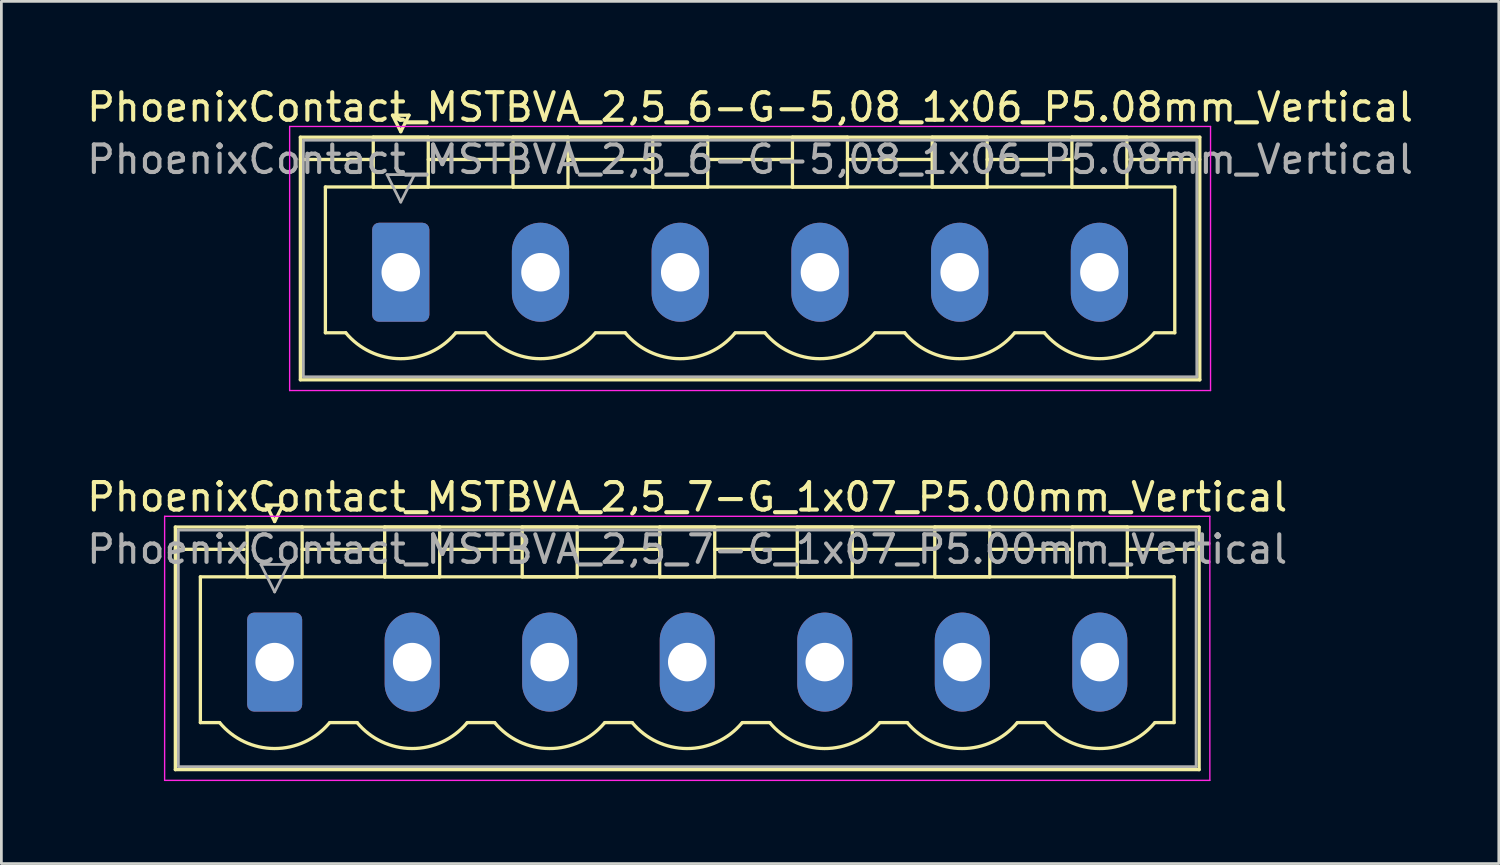
<source format=kicad_pcb>
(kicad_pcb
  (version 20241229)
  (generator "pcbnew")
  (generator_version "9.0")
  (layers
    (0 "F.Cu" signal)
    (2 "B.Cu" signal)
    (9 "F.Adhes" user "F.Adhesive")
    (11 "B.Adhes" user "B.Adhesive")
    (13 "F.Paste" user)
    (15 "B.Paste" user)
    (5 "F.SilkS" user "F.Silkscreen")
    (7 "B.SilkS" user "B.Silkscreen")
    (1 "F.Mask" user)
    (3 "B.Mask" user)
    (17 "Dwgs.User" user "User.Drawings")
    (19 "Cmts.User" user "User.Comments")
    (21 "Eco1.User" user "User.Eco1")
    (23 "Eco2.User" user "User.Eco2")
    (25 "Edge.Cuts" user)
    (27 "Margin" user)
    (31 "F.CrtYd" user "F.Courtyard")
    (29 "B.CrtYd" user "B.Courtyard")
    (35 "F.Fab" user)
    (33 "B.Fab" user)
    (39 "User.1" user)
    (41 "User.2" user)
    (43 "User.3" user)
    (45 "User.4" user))
  (footprint "PhoenixContact_MSTBVA_2,5_7-G_1x07_P5.00mm_Vertical"
    (layer "F.Cu")
    (at 6.935 21.021)
    (property "Reference" "PhoenixContact_MSTBVA_2,5_7-G_1x07_P5.00mm_Vertical" (at 15 -6 0) (layer "F.SilkS") (effects (font (size 1 1) (thickness 0.15))))
    (attr through_hole)
    (fp_line (start -3.61 -4.91) (end -3.61 3.91) (stroke (width 0.12) (type solid)) (layer "F.SilkS"))
    (fp_line (start -3.61 -4.1) (end -1.11 -4.1) (stroke (width 0.12) (type solid)) (layer "F.SilkS"))
    (fp_line (start -3.61 3.91) (end 33.61 3.91) (stroke (width 0.12) (type solid)) (layer "F.SilkS"))
    (fp_line (start -2.7 -3.1) (end 32.7 -3.1) (stroke (width 0.12) (type solid)) (layer "F.SilkS"))
    (fp_line (start -2.7 2.2) (end -2.7 -3.1) (stroke (width 0.12) (type solid)) (layer "F.SilkS"))
    (fp_line (start -2 2.2) (end -2.7 2.2) (stroke (width 0.12) (type solid)) (layer "F.SilkS"))
    (fp_line (start -1 -4.91) (end 1 -4.91) (stroke (width 0.12) (type solid)) (layer "F.SilkS"))
    (fp_line (start -1 -3.1) (end -1 -4.91) (stroke (width 0.12) (type solid)) (layer "F.SilkS"))
    (fp_line (start -0.3 -5.71) (end 0.3 -5.71) (stroke (width 0.12) (type solid)) (layer "F.SilkS"))
    (fp_line (start 0 -5.11) (end -0.3 -5.71) (stroke (width 0.12) (type solid)) (layer "F.SilkS"))
    (fp_line (start 0.3 -5.71) (end 0 -5.11) (stroke (width 0.12) (type solid)) (layer "F.SilkS"))
    (fp_line (start 1 -4.91) (end 1 -3.1) (stroke (width 0.12) (type solid)) (layer "F.SilkS"))
    (fp_line (start 1 -4.1) (end 4 -4.1) (stroke (width 0.12) (type solid)) (layer "F.SilkS"))
    (fp_line (start 1 -3.1) (end -1 -3.1) (stroke (width 0.12) (type solid)) (layer "F.SilkS"))
    (fp_line (start 2 2.2) (end 3 2.2) (stroke (width 0.12) (type solid)) (layer "F.SilkS"))
    (fp_line (start 4 -4.91) (end 6 -4.91) (stroke (width 0.12) (type solid)) (layer "F.SilkS"))
    (fp_line (start 4 -3.1) (end 4 -4.91) (stroke (width 0.12) (type solid)) (layer "F.SilkS"))
    (fp_line (start 6 -4.91) (end 6 -3.1) (stroke (width 0.12) (type solid)) (layer "F.SilkS"))
    (fp_line (start 6 -4.1) (end 9 -4.1) (stroke (width 0.12) (type solid)) (layer "F.SilkS"))
    (fp_line (start 6 -3.1) (end 4 -3.1) (stroke (width 0.12) (type solid)) (layer "F.SilkS"))
    (fp_line (start 7 2.2) (end 8 2.2) (stroke (width 0.12) (type solid)) (layer "F.SilkS"))
    (fp_line (start 9 -4.91) (end 11 -4.91) (stroke (width 0.12) (type solid)) (layer "F.SilkS"))
    (fp_line (start 9 -3.1) (end 9 -4.91) (stroke (width 0.12) (type solid)) (layer "F.SilkS"))
    (fp_line (start 11 -4.91) (end 11 -3.1) (stroke (width 0.12) (type solid)) (layer "F.SilkS"))
    (fp_line (start 11 -4.1) (end 14 -4.1) (stroke (width 0.12) (type solid)) (layer "F.SilkS"))
    (fp_line (start 11 -3.1) (end 9 -3.1) (stroke (width 0.12) (type solid)) (layer "F.SilkS"))
    (fp_line (start 12 2.2) (end 13 2.2) (stroke (width 0.12) (type solid)) (layer "F.SilkS"))
    (fp_line (start 14 -4.91) (end 16 -4.91) (stroke (width 0.12) (type solid)) (layer "F.SilkS"))
    (fp_line (start 14 -3.1) (end 14 -4.91) (stroke (width 0.12) (type solid)) (layer "F.SilkS"))
    (fp_line (start 16 -4.91) (end 16 -3.1) (stroke (width 0.12) (type solid)) (layer "F.SilkS"))
    (fp_line (start 16 -4.1) (end 19 -4.1) (stroke (width 0.12) (type solid)) (layer "F.SilkS"))
    (fp_line (start 16 -3.1) (end 14 -3.1) (stroke (width 0.12) (type solid)) (layer "F.SilkS"))
    (fp_line (start 17 2.2) (end 18 2.2) (stroke (width 0.12) (type solid)) (layer "F.SilkS"))
    (fp_line (start 19 -4.91) (end 21 -4.91) (stroke (width 0.12) (type solid)) (layer "F.SilkS"))
    (fp_line (start 19 -3.1) (end 19 -4.91) (stroke (width 0.12) (type solid)) (layer "F.SilkS"))
    (fp_line (start 21 -4.91) (end 21 -3.1) (stroke (width 0.12) (type solid)) (layer "F.SilkS"))
    (fp_line (start 21 -4.1) (end 24 -4.1) (stroke (width 0.12) (type solid)) (layer "F.SilkS"))
    (fp_line (start 21 -3.1) (end 19 -3.1) (stroke (width 0.12) (type solid)) (layer "F.SilkS"))
    (fp_line (start 22 2.2) (end 23 2.2) (stroke (width 0.12) (type solid)) (layer "F.SilkS"))
    (fp_line (start 24 -4.91) (end 26 -4.91) (stroke (width 0.12) (type solid)) (layer "F.SilkS"))
    (fp_line (start 24 -3.1) (end 24 -4.91) (stroke (width 0.12) (type solid)) (layer "F.SilkS"))
    (fp_line (start 26 -4.91) (end 26 -3.1) (stroke (width 0.12) (type solid)) (layer "F.SilkS"))
    (fp_line (start 26 -4.1) (end 29 -4.1) (stroke (width 0.12) (type solid)) (layer "F.SilkS"))
    (fp_line (start 26 -3.1) (end 24 -3.1) (stroke (width 0.12) (type solid)) (layer "F.SilkS"))
    (fp_line (start 27 2.2) (end 28 2.2) (stroke (width 0.12) (type solid)) (layer "F.SilkS"))
    (fp_line (start 29 -4.91) (end 31 -4.91) (stroke (width 0.12) (type solid)) (layer "F.SilkS"))
    (fp_line (start 29 -3.1) (end 29 -4.91) (stroke (width 0.12) (type solid)) (layer "F.SilkS"))
    (fp_line (start 31 -4.91) (end 31 -3.1) (stroke (width 0.12) (type solid)) (layer "F.SilkS"))
    (fp_line (start 31 -3.1) (end 29 -3.1) (stroke (width 0.12) (type solid)) (layer "F.SilkS"))
    (fp_line (start 32.7 -3.1) (end 32.7 2.2) (stroke (width 0.12) (type solid)) (layer "F.SilkS"))
    (fp_line (start 32.7 2.2) (end 32 2.2) (stroke (width 0.12) (type solid)) (layer "F.SilkS"))
    (fp_line (start 33.61 -4.91) (end -3.61 -4.91) (stroke (width 0.12) (type solid)) (layer "F.SilkS"))
    (fp_line (start 33.61 -4.1) (end 31.11 -4.1) (stroke (width 0.12) (type solid)) (layer "F.SilkS"))
    (fp_line (start 33.61 3.91) (end 33.61 -4.91) (stroke (width 0.12) (type solid)) (layer "F.SilkS"))
    (fp_arc (start 1.986842 2.215821) (mid -0.010289 3.142758) (end -2 2.2) (stroke (width 0.12) (type solid)) (layer "F.SilkS"))
    (fp_arc (start 6.986842 2.215821) (mid 4.989711 3.142758) (end 3 2.2) (stroke (width 0.12) (type solid)) (layer "F.SilkS"))
    (fp_arc (start 11.986842 2.215821) (mid 9.989711 3.142758) (end 8 2.2) (stroke (width 0.12) (type solid)) (layer "F.SilkS"))
    (fp_arc (start 16.986842 2.215821) (mid 14.989711 3.142758) (end 13 2.2) (stroke (width 0.12) (type solid)) (layer "F.SilkS"))
    (fp_arc (start 21.986842 2.215821) (mid 19.989711 3.142758) (end 18 2.2) (stroke (width 0.12) (type solid)) (layer "F.SilkS"))
    (fp_arc (start 26.986842 2.215821) (mid 24.989711 3.142758) (end 23 2.2) (stroke (width 0.12) (type solid)) (layer "F.SilkS"))
    (fp_arc (start 31.986842 2.215821) (mid 29.989711 3.142758) (end 28 2.2) (stroke (width 0.12) (type solid)) (layer "F.SilkS"))
    (fp_line (start -4 -5.3) (end -4 4.3) (stroke (width 0.05) (type solid)) (layer "F.CrtYd"))
    (fp_line (start -4 4.3) (end 34 4.3) (stroke (width 0.05) (type solid)) (layer "F.CrtYd"))
    (fp_line (start 34 -5.3) (end -4 -5.3) (stroke (width 0.05) (type solid)) (layer "F.CrtYd"))
    (fp_line (start 34 4.3) (end 34 -5.3) (stroke (width 0.05) (type solid)) (layer "F.CrtYd"))
    (fp_line (start -3.5 -4.8) (end -3.5 3.8) (stroke (width 0.1) (type solid)) (layer "F.Fab"))
    (fp_line (start -3.5 3.8) (end 33.5 3.8) (stroke (width 0.1) (type solid)) (layer "F.Fab"))
    (fp_line (start -0.5 -3.55) (end 0.5 -3.55) (stroke (width 0.1) (type solid)) (layer "F.Fab"))
    (fp_line (start 0 -2.55) (end -0.5 -3.55) (stroke (width 0.1) (type solid)) (layer "F.Fab"))
    (fp_line (start 0.5 -3.55) (end 0 -2.55) (stroke (width 0.1) (type solid)) (layer "F.Fab"))
    (fp_line (start 33.5 -4.8) (end -3.5 -4.8) (stroke (width 0.1) (type solid)) (layer "F.Fab"))
    (fp_line (start 33.5 3.8) (end 33.5 -4.8) (stroke (width 0.1) (type solid)) (layer "F.Fab"))
    (fp_text user "${REFERENCE}" (at 15 -4.1 0) (layer "F.Fab") (effects (font (size 1 1) (thickness 0.15))))
    (pad "1" thru_hole roundrect (at 0 0) (size 2 3.6) (drill 1.4) (layers "*.Cu" "*.Mask") (roundrect_rratio 0.125))
    (pad "2" thru_hole oval (at 5 0) (size 2 3.6) (drill 1.4) (layers "*.Cu" "*.Mask"))
    (pad "3" thru_hole oval (at 10 0) (size 2 3.6) (drill 1.4) (layers "*.Cu" "*.Mask"))
    (pad "4" thru_hole oval (at 15 0) (size 2 3.6) (drill 1.4) (layers "*.Cu" "*.Mask"))
    (pad "5" thru_hole oval (at 20 0) (size 2 3.6) (drill 1.4) (layers "*.Cu" "*.Mask"))
    (pad "6" thru_hole oval (at 25 0) (size 2 3.6) (drill 1.4) (layers "*.Cu" "*.Mask"))
    (pad "7" thru_hole oval (at 30 0) (size 2 3.6) (drill 1.4) (layers "*.Cu" "*.Mask")))
  (footprint "PhoenixContact_MSTBVA_2,5_6-G-5,08_1x06_P5.08mm_Vertical"
    (layer "F.Cu")
    (at 11.52 6.848)
    (property "Reference" "PhoenixContact_MSTBVA_2,5_6-G-5,08_1x06_P5.08mm_Vertical" (at 12.7 -6 0) (layer "F.SilkS") (effects (font (size 1 1) (thickness 0.15))))
    (attr through_hole)
    (fp_line (start -3.65 -4.91) (end -3.65 3.91) (stroke (width 0.12) (type solid)) (layer "F.SilkS"))
    (fp_line (start -3.65 -4.1) (end -1.11 -4.1) (stroke (width 0.12) (type solid)) (layer "F.SilkS"))
    (fp_line (start -3.65 3.91) (end 29.05 3.91) (stroke (width 0.12) (type solid)) (layer "F.SilkS"))
    (fp_line (start -2.74 -3.1) (end 28.14 -3.1) (stroke (width 0.12) (type solid)) (layer "F.SilkS"))
    (fp_line (start -2.74 2.2) (end -2.74 -3.1) (stroke (width 0.12) (type solid)) (layer "F.SilkS"))
    (fp_line (start -2 2.2) (end -2.74 2.2) (stroke (width 0.12) (type solid)) (layer "F.SilkS"))
    (fp_line (start -1 -4.91) (end 1 -4.91) (stroke (width 0.12) (type solid)) (layer "F.SilkS"))
    (fp_line (start -1 -3.1) (end -1 -4.91) (stroke (width 0.12) (type solid)) (layer "F.SilkS"))
    (fp_line (start -0.3 -5.71) (end 0.3 -5.71) (stroke (width 0.12) (type solid)) (layer "F.SilkS"))
    (fp_line (start 0 -5.11) (end -0.3 -5.71) (stroke (width 0.12) (type solid)) (layer "F.SilkS"))
    (fp_line (start 0.3 -5.71) (end 0 -5.11) (stroke (width 0.12) (type solid)) (layer "F.SilkS"))
    (fp_line (start 1 -4.91) (end 1 -3.1) (stroke (width 0.12) (type solid)) (layer "F.SilkS"))
    (fp_line (start 1 -4.1) (end 4.08 -4.1) (stroke (width 0.12) (type solid)) (layer "F.SilkS"))
    (fp_line (start 1 -3.1) (end -1 -3.1) (stroke (width 0.12) (type solid)) (layer "F.SilkS"))
    (fp_line (start 2 2.2) (end 3.08 2.2) (stroke (width 0.12) (type solid)) (layer "F.SilkS"))
    (fp_line (start 4.08 -4.91) (end 6.08 -4.91) (stroke (width 0.12) (type solid)) (layer "F.SilkS"))
    (fp_line (start 4.08 -3.1) (end 4.08 -4.91) (stroke (width 0.12) (type solid)) (layer "F.SilkS"))
    (fp_line (start 6.08 -4.91) (end 6.08 -3.1) (stroke (width 0.12) (type solid)) (layer "F.SilkS"))
    (fp_line (start 6.08 -4.1) (end 9.16 -4.1) (stroke (width 0.12) (type solid)) (layer "F.SilkS"))
    (fp_line (start 6.08 -3.1) (end 4.08 -3.1) (stroke (width 0.12) (type solid)) (layer "F.SilkS"))
    (fp_line (start 7.08 2.2) (end 8.16 2.2) (stroke (width 0.12) (type solid)) (layer "F.SilkS"))
    (fp_line (start 9.16 -4.91) (end 11.16 -4.91) (stroke (width 0.12) (type solid)) (layer "F.SilkS"))
    (fp_line (start 9.16 -3.1) (end 9.16 -4.91) (stroke (width 0.12) (type solid)) (layer "F.SilkS"))
    (fp_line (start 11.16 -4.91) (end 11.16 -3.1) (stroke (width 0.12) (type solid)) (layer "F.SilkS"))
    (fp_line (start 11.16 -4.1) (end 14.24 -4.1) (stroke (width 0.12) (type solid)) (layer "F.SilkS"))
    (fp_line (start 11.16 -3.1) (end 9.16 -3.1) (stroke (width 0.12) (type solid)) (layer "F.SilkS"))
    (fp_line (start 12.16 2.2) (end 13.24 2.2) (stroke (width 0.12) (type solid)) (layer "F.SilkS"))
    (fp_line (start 14.24 -4.91) (end 16.24 -4.91) (stroke (width 0.12) (type solid)) (layer "F.SilkS"))
    (fp_line (start 14.24 -3.1) (end 14.24 -4.91) (stroke (width 0.12) (type solid)) (layer "F.SilkS"))
    (fp_line (start 16.24 -4.91) (end 16.24 -3.1) (stroke (width 0.12) (type solid)) (layer "F.SilkS"))
    (fp_line (start 16.24 -4.1) (end 19.32 -4.1) (stroke (width 0.12) (type solid)) (layer "F.SilkS"))
    (fp_line (start 16.24 -3.1) (end 14.24 -3.1) (stroke (width 0.12) (type solid)) (layer "F.SilkS"))
    (fp_line (start 17.24 2.2) (end 18.32 2.2) (stroke (width 0.12) (type solid)) (layer "F.SilkS"))
    (fp_line (start 19.32 -4.91) (end 21.32 -4.91) (stroke (width 0.12) (type solid)) (layer "F.SilkS"))
    (fp_line (start 19.32 -3.1) (end 19.32 -4.91) (stroke (width 0.12) (type solid)) (layer "F.SilkS"))
    (fp_line (start 21.32 -4.91) (end 21.32 -3.1) (stroke (width 0.12) (type solid)) (layer "F.SilkS"))
    (fp_line (start 21.32 -4.1) (end 24.4 -4.1) (stroke (width 0.12) (type solid)) (layer "F.SilkS"))
    (fp_line (start 21.32 -3.1) (end 19.32 -3.1) (stroke (width 0.12) (type solid)) (layer "F.SilkS"))
    (fp_line (start 22.32 2.2) (end 23.4 2.2) (stroke (width 0.12) (type solid)) (layer "F.SilkS"))
    (fp_line (start 24.4 -4.91) (end 26.4 -4.91) (stroke (width 0.12) (type solid)) (layer "F.SilkS"))
    (fp_line (start 24.4 -3.1) (end 24.4 -4.91) (stroke (width 0.12) (type solid)) (layer "F.SilkS"))
    (fp_line (start 26.4 -4.91) (end 26.4 -3.1) (stroke (width 0.12) (type solid)) (layer "F.SilkS"))
    (fp_line (start 26.4 -3.1) (end 24.4 -3.1) (stroke (width 0.12) (type solid)) (layer "F.SilkS"))
    (fp_line (start 28.14 -3.1) (end 28.14 2.2) (stroke (width 0.12) (type solid)) (layer "F.SilkS"))
    (fp_line (start 28.14 2.2) (end 27.4 2.2) (stroke (width 0.12) (type solid)) (layer "F.SilkS"))
    (fp_line (start 29.05 -4.91) (end -3.65 -4.91) (stroke (width 0.12) (type solid)) (layer "F.SilkS"))
    (fp_line (start 29.05 -4.1) (end 26.51 -4.1) (stroke (width 0.12) (type solid)) (layer "F.SilkS"))
    (fp_line (start 29.05 3.91) (end 29.05 -4.91) (stroke (width 0.12) (type solid)) (layer "F.SilkS"))
    (fp_arc (start 1.986842 2.215821) (mid -0.010289 3.142758) (end -2 2.2) (stroke (width 0.12) (type solid)) (layer "F.SilkS"))
    (fp_arc (start 7.066842 2.215821) (mid 5.069711 3.142758) (end 3.08 2.2) (stroke (width 0.12) (type solid)) (layer "F.SilkS"))
    (fp_arc (start 12.146842 2.215821) (mid 10.149711 3.142758) (end 8.16 2.2) (stroke (width 0.12) (type solid)) (layer "F.SilkS"))
    (fp_arc (start 17.226842 2.215821) (mid 15.229711 3.142758) (end 13.24 2.2) (stroke (width 0.12) (type solid)) (layer "F.SilkS"))
    (fp_arc (start 22.306842 2.215821) (mid 20.309711 3.142758) (end 18.32 2.2) (stroke (width 0.12) (type solid)) (layer "F.SilkS"))
    (fp_arc (start 27.386842 2.215821) (mid 25.389711 3.142758) (end 23.4 2.2) (stroke (width 0.12) (type solid)) (layer "F.SilkS"))
    (fp_line (start -4.04 -5.3) (end -4.04 4.3) (stroke (width 0.05) (type solid)) (layer "F.CrtYd"))
    (fp_line (start -4.04 4.3) (end 29.44 4.3) (stroke (width 0.05) (type solid)) (layer "F.CrtYd"))
    (fp_line (start 29.44 -5.3) (end -4.04 -5.3) (stroke (width 0.05) (type solid)) (layer "F.CrtYd"))
    (fp_line (start 29.44 4.3) (end 29.44 -5.3) (stroke (width 0.05) (type solid)) (layer "F.CrtYd"))
    (fp_line (start -3.54 -4.8) (end -3.54 3.8) (stroke (width 0.1) (type solid)) (layer "F.Fab"))
    (fp_line (start -3.54 3.8) (end 28.94 3.8) (stroke (width 0.1) (type solid)) (layer "F.Fab"))
    (fp_line (start -0.5 -3.55) (end 0.5 -3.55) (stroke (width 0.1) (type solid)) (layer "F.Fab"))
    (fp_line (start 0 -2.55) (end -0.5 -3.55) (stroke (width 0.1) (type solid)) (layer "F.Fab"))
    (fp_line (start 0.5 -3.55) (end 0 -2.55) (stroke (width 0.1) (type solid)) (layer "F.Fab"))
    (fp_line (start 28.94 -4.8) (end -3.54 -4.8) (stroke (width 0.1) (type solid)) (layer "F.Fab"))
    (fp_line (start 28.94 3.8) (end 28.94 -4.8) (stroke (width 0.1) (type solid)) (layer "F.Fab"))
    (fp_text user "${REFERENCE}" (at 12.7 -4.1 0) (layer "F.Fab") (effects (font (size 1 1) (thickness 0.15))))
    (pad "1" thru_hole roundrect (at 0 0) (size 2.08 3.6) (drill 1.4) (layers "*.Cu" "*.Mask") (roundrect_rratio 0.12))
    (pad "2" thru_hole oval (at 5.08 0) (size 2.08 3.6) (drill 1.4) (layers "*.Cu" "*.Mask"))
    (pad "3" thru_hole oval (at 10.16 0) (size 2.08 3.6) (drill 1.4) (layers "*.Cu" "*.Mask"))
    (pad "4" thru_hole oval (at 15.24 0) (size 2.08 3.6) (drill 1.4) (layers "*.Cu" "*.Mask"))
    (pad "5" thru_hole oval (at 20.32 0) (size 2.08 3.6) (drill 1.4) (layers "*.Cu" "*.Mask"))
    (pad "6" thru_hole oval (at 25.4 0) (size 2.08 3.6) (drill 1.4) (layers "*.Cu" "*.Mask")))
  (gr_rect
    (start -3 -3)
    (end 51.44 28.346)
    (stroke (width 0.1) (type default))
    (fill no)
    (layer "Edge.Cuts")))
</source>
